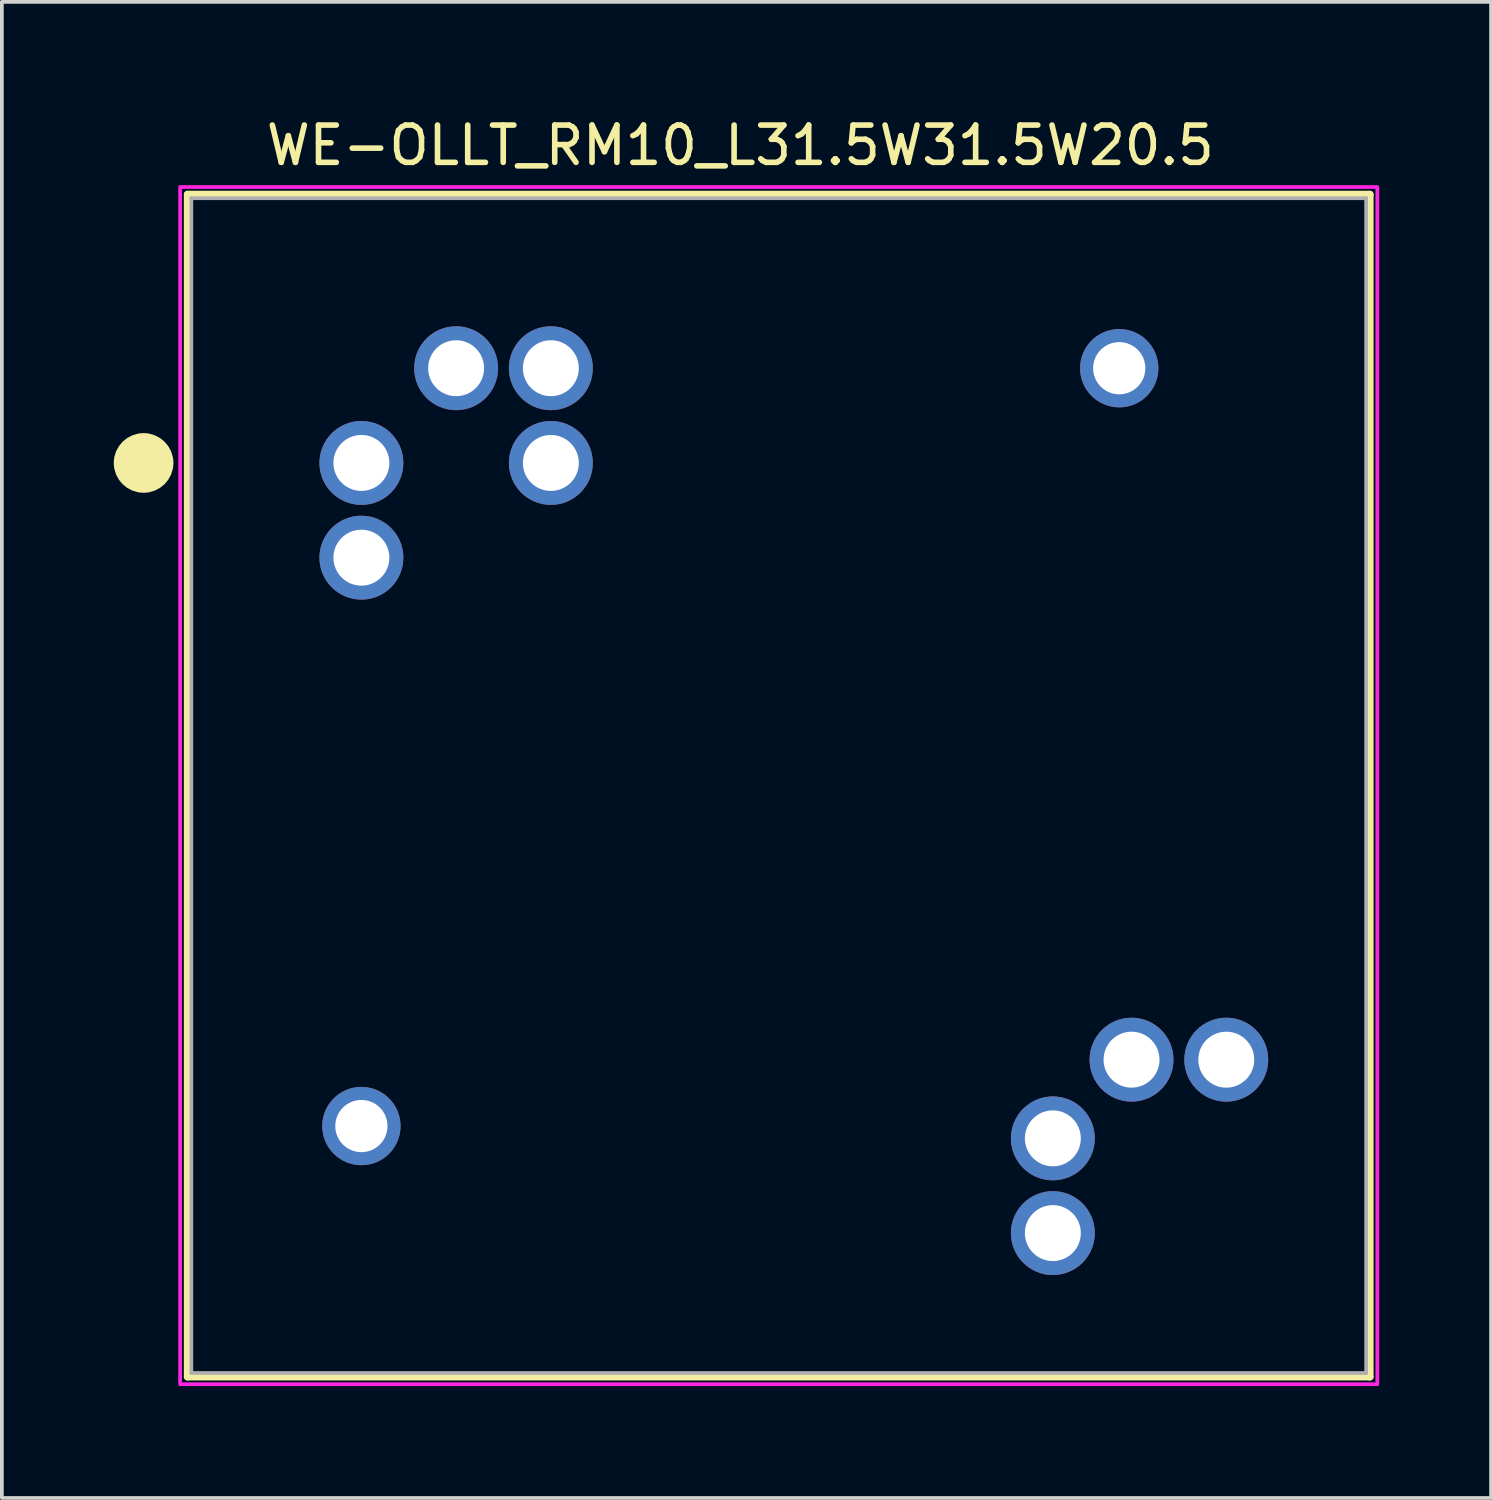
<source format=kicad_pcb>
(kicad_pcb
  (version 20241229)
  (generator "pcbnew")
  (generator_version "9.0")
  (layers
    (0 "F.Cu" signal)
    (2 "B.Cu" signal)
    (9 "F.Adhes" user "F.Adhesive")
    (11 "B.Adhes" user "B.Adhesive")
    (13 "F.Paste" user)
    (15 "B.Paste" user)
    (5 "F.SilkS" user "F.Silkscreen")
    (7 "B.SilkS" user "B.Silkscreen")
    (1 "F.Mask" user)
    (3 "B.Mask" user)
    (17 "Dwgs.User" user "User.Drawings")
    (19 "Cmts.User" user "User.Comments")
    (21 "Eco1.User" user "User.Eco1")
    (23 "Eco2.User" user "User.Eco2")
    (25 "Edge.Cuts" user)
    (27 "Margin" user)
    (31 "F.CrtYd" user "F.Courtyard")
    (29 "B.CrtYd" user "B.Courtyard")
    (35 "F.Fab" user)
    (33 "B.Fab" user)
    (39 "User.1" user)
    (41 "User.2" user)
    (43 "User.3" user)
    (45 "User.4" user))
  (footprint "WE-OLLT_RM10_L31.5W31.5W20.5"
    (layer "F.Cu")
    (at 16.8 16.983)
    (property "Reference" "WE-OLLT_RM10_L31.5W31.5W20.5" (at 0 -16.135 0) (layer "F.SilkS") (effects (font (size 1 1) (thickness 0.15))))
    (attr through_hole)
    (fp_line (start -14.82 -14.818) (end -14.82 16.882) (stroke (width 0.2) (type solid)) (layer "F.SilkS"))
    (fp_line (start -14.82 -14.818) (end 16.88 -14.818) (stroke (width 0.2) (type solid)) (layer "F.SilkS"))
    (fp_line (start 16.88 -14.818) (end 16.88 16.882) (stroke (width 0.2) (type solid)) (layer "F.SilkS"))
    (fp_line (start 16.88 16.882) (end -14.82 16.882) (stroke (width 0.2) (type solid)) (layer "F.SilkS"))
    (fp_circle (center -16 -7.62) (end -15.6 -7.62) (stroke (width 0.8) (type solid)) (fill no) (layer "F.SilkS"))
    (fp_poly (pts (xy -15.02 -15.018) (xy 17.08 -15.018) (xy 17.08 17.082) (xy -15.02 17.082)) (stroke (width 0.1) (type solid)) (fill no) (layer "F.CrtYd"))
    (fp_line (start -14.72 -14.718) (end -14.72 16.782) (stroke (width 0.1) (type solid)) (layer "F.Fab"))
    (fp_line (start -14.72 -14.718) (end 16.78 -14.718) (stroke (width 0.1) (type solid)) (layer "F.Fab"))
    (fp_line (start -14.72 16.782) (end 16.78 16.782) (stroke (width 0.1) (type solid)) (layer "F.Fab"))
    (fp_line (start 16.78 -14.718) (end 16.78 16.782) (stroke (width 0.1) (type solid)) (layer "F.Fab"))
    (pad "1" thru_hole circle (at -10.16 -7.62) (size 2.25 2.25) (drill 1.5) (layers "*.Cu" "*.Mask"))
    (pad "2" thru_hole circle (at -10.16 -5.08) (size 2.25 2.25) (drill 1.5) (layers "*.Cu" "*.Mask"))
    (pad "4" thru_hole circle (at 8.38 13.03) (size 2.25 2.25) (drill 1.5) (layers "*.Cu" "*.Mask"))
    (pad "5" thru_hole circle (at 8.38 10.49) (size 2.25 2.25) (drill 1.5) (layers "*.Cu" "*.Mask"))
    (pad "6" thru_hole circle (at 10.49 8.38) (size 2.25 2.25) (drill 1.5) (layers "*.Cu" "*.Mask"))
    (pad "7" thru_hole circle (at 13.03 8.38) (size 2.25 2.25) (drill 1.5) (layers "*.Cu" "*.Mask"))
    (pad "8" thru_hole circle (at -5.08 -7.62) (size 2.25 2.25) (drill 1.5) (layers "*.Cu" "*.Mask"))
    (pad "9" thru_hole circle (at -5.08 -10.16) (size 2.25 2.25) (drill 1.5) (layers "*.Cu" "*.Mask"))
    (pad "10" thru_hole circle (at -7.62 -10.16) (size 2.25 2.25) (drill 1.5) (layers "*.Cu" "*.Mask"))
    (pad "M1" thru_hole circle (at 10.16 -10.16) (size 2.1 2.1) (drill 1.4) (layers "*.Cu" "*.Mask"))
    (pad "M2" thru_hole circle (at -10.16 10.16) (size 2.1 2.1) (drill 1.4) (layers "*.Cu" "*.Mask")))
  (gr_rect
    (start -3 -3)
    (end 36.93 37.115)
    (stroke (width 0.1) (type default))
    (fill no)
    (layer "Edge.Cuts")))
</source>
